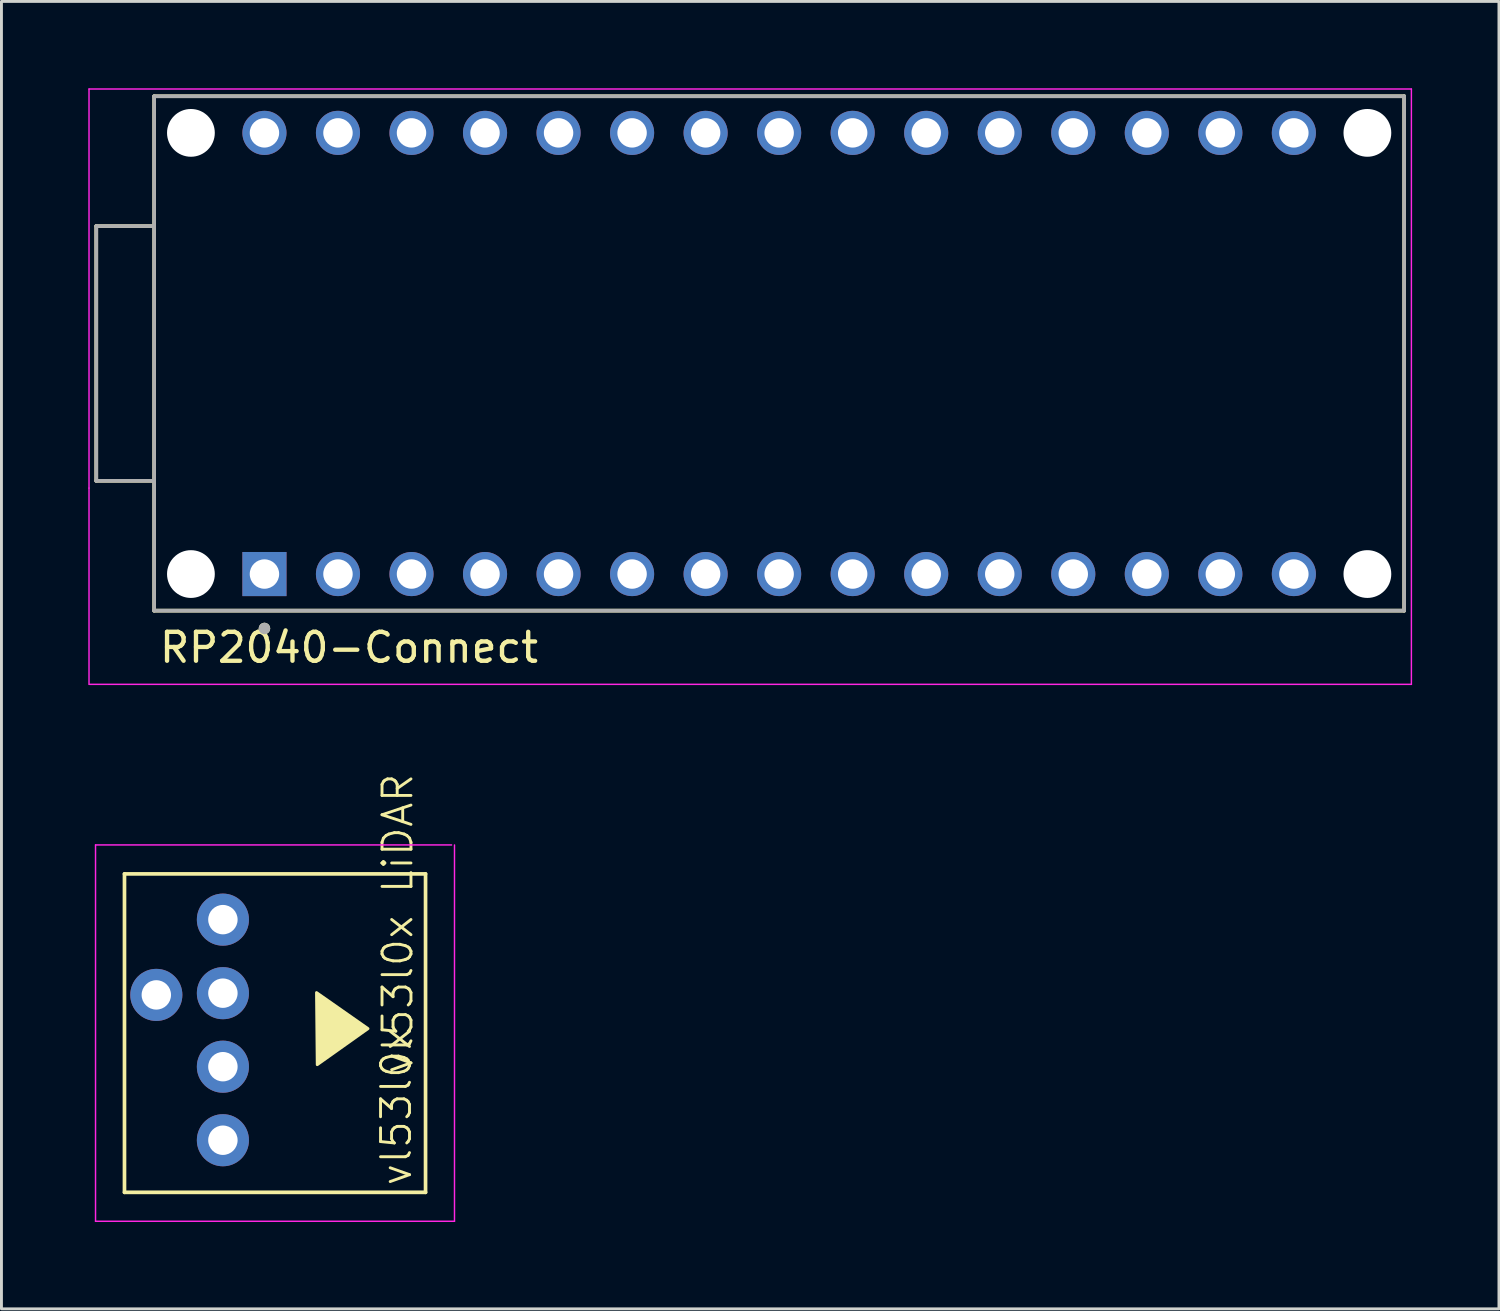
<source format=kicad_pcb>
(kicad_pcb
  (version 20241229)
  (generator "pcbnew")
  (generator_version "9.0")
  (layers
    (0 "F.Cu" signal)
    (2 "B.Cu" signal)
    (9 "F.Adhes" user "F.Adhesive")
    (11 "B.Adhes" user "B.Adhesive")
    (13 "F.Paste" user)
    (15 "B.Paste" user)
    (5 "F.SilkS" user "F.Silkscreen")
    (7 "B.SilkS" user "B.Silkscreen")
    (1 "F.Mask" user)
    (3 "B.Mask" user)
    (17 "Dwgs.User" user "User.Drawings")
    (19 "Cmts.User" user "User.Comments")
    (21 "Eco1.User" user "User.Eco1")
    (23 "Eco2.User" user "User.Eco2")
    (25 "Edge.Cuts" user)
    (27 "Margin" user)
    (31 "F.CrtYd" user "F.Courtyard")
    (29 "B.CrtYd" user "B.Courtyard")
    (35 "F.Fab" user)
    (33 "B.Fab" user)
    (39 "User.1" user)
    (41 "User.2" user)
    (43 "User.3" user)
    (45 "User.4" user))
  (footprint "vl53l0x LiDAR"
    (layer "F.Cu")
    (at 0.25 26.138)
    (property "Reference" "vl53l0x LiDAR" (at 10.439 2.718 90) (unlocked yes) (layer "F.SilkS") (effects (font (size 1 1) (thickness 0.1))))
    (attr through_hole)
    (fp_line (start 1 1) (end 11.4 1) (stroke (width 0.127) (type solid)) (layer "F.SilkS"))
    (fp_line (start 1 12) (end 1 1) (stroke (width 0.127) (type solid)) (layer "F.SilkS"))
    (fp_line (start 11.4 1) (end 11.4 12) (stroke (width 0.127) (type solid)) (layer "F.SilkS"))
    (fp_line (start 11.4 12) (end 1 12) (stroke (width 0.127) (type solid)) (layer "F.SilkS"))
    (fp_poly (pts (xy 7.634 5.1) (xy 7.659 7.59) (xy 9.412 6.345)) (stroke (width 0.1) (type solid)) (fill yes) (layer "F.SilkS"))
    (fp_line (start 0 13) (end 0 0) (stroke (width 0.05) (type solid)) (layer "F.CrtYd"))
    (fp_line (start 0 13) (end 12.4 13) (stroke (width 0.05) (type solid)) (layer "F.CrtYd"))
    (fp_line (start 12.3 0) (end 0 0) (stroke (width 0.05) (type solid)) (layer "F.CrtYd"))
    (fp_line (start 12.4 0) (end 12.4 13) (stroke (width 0.05) (type solid)) (layer "F.CrtYd"))
    (fp_text user "vl53l0x" (at 10.973 11.836 90) (unlocked yes) (layer "F.SilkS") (effects (font (size 1 1) (thickness 0.1)) (justify left bottom)))
    (pad "1" thru_hole circle (at 4.4 10.2) (size 1.8 1.8) (drill 1.016) (layers "*.Cu" "B.Mask"))
    (pad "2" thru_hole circle (at 4.4 7.66) (size 1.8 1.8) (drill 1.016) (layers "*.Cu" "B.Mask"))
    (pad "3" thru_hole circle (at 4.4 5.12) (size 1.8 1.8) (drill 1.016) (layers "*.Cu" "B.Mask"))
    (pad "4" thru_hole circle (at 4.4 2.58) (size 1.8 1.8) (drill 1.016) (layers "*.Cu" "B.Mask"))
    (pad "5" thru_hole circle (at 2.1 5.18) (size 1.8 1.8) (drill 1.016) (layers "*.Cu" "B.Mask")))
  (footprint "RP2040-Connect"
    (layer "F.Cu")
    (at 23.865 9.16)
    (property "Reference" "RP2040-Connect" (at -14.859 10.16 0) (layer "F.SilkS") (effects (font (size 1 1) (thickness 0.15))))
    (attr through_hole)
    (fp_line (start -23.59 -4.4) (end -23.59 4.4) (stroke (width 0.127) (type solid)) (layer "F.SilkS"))
    (fp_line (start -23.59 4.4) (end -21.59 4.4) (stroke (width 0.127) (type solid)) (layer "F.SilkS"))
    (fp_line (start -21.59 -8.885) (end -21.59 -4.4) (stroke (width 0.127) (type solid)) (layer "F.SilkS"))
    (fp_line (start -21.59 -4.4) (end -23.59 -4.4) (stroke (width 0.127) (type solid)) (layer "F.SilkS"))
    (fp_line (start -21.59 -4.4) (end -21.59 4.4) (stroke (width 0.127) (type solid)) (layer "F.SilkS"))
    (fp_line (start -21.59 4.4) (end -21.59 8.885) (stroke (width 0.127) (type solid)) (layer "F.SilkS"))
    (fp_line (start -21.59 8.885) (end 21.59 8.885) (stroke (width 0.127) (type solid)) (layer "F.SilkS"))
    (fp_line (start 21.59 -8.885) (end -21.59 -8.885) (stroke (width 0.127) (type solid)) (layer "F.SilkS"))
    (fp_line (start 21.59 8.885) (end 21.59 -8.885) (stroke (width 0.127) (type solid)) (layer "F.SilkS"))
    (fp_circle (center -17.78 9.5) (end -17.68 9.5) (stroke (width 0.2) (type solid)) (fill no) (layer "F.SilkS"))
    (fp_line (start -23.84 -9.135) (end -23.84 4.65) (stroke (width 0.05) (type solid)) (layer "F.CrtYd"))
    (fp_line (start -23.84 4.65) (end -23.84 11.43) (stroke (width 0.05) (type solid)) (layer "F.CrtYd"))
    (fp_line (start -23.825 11.43) (end 21.84 11.43) (stroke (width 0.05) (type solid)) (layer "F.CrtYd"))
    (fp_line (start 21.84 -9.135) (end -23.84 -9.135) (stroke (width 0.05) (type solid)) (layer "F.CrtYd"))
    (fp_line (start 21.84 11.43) (end 21.84 -9.135) (stroke (width 0.05) (type solid)) (layer "F.CrtYd"))
    (fp_line (start -23.59 -4.4) (end -23.59 4.4) (stroke (width 0.127) (type solid)) (layer "F.Fab"))
    (fp_line (start -23.59 4.4) (end -21.59 4.4) (stroke (width 0.127) (type solid)) (layer "F.Fab"))
    (fp_line (start -21.59 -8.885) (end -21.59 8.885) (stroke (width 0.127) (type solid)) (layer "F.Fab"))
    (fp_line (start -21.59 -4.4) (end -23.59 -4.4) (stroke (width 0.127) (type solid)) (layer "F.Fab"))
    (fp_line (start -21.59 8.885) (end 21.59 8.885) (stroke (width 0.127) (type solid)) (layer "F.Fab"))
    (fp_line (start 21.59 -8.885) (end -21.59 -8.885) (stroke (width 0.127) (type solid)) (layer "F.Fab"))
    (fp_line (start 21.59 8.885) (end 21.59 -8.885) (stroke (width 0.127) (type solid)) (layer "F.Fab"))
    (fp_circle (center -17.78 9.5) (end -17.68 9.5) (stroke (width 0.2) (type solid)) (fill no) (layer "F.Fab"))
    (pad "" np_thru_hole circle (at -20.32 -7.62) (size 1.65 1.65) (drill 1.65) (layers "*.Cu" "*.Mask"))
    (pad "" np_thru_hole circle (at -20.32 7.62) (size 1.65 1.65) (drill 1.65) (layers "*.Cu" "*.Mask"))
    (pad "" np_thru_hole circle (at 20.32 -7.62) (size 1.65 1.65) (drill 1.65) (layers "*.Cu" "*.Mask"))
    (pad "" np_thru_hole circle (at 20.32 7.62) (size 1.65 1.65) (drill 1.65) (layers "*.Cu" "*.Mask"))
    (pad "1" thru_hole rect (at -17.78 7.62) (size 1.524 1.524) (drill 1.016) (layers "*.Cu" "B.Mask"))
    (pad "2" thru_hole circle (at -15.24 7.62) (size 1.524 1.524) (drill 1.016) (layers "*.Cu" "B.Mask"))
    (pad "3" thru_hole circle (at -12.7 7.62) (size 1.524 1.524) (drill 1.016) (layers "*.Cu" "B.Mask"))
    (pad "4" thru_hole circle (at -10.16 7.62) (size 1.524 1.524) (drill 1.016) (layers "*.Cu" "B.Mask"))
    (pad "5" thru_hole circle (at -7.62 7.62) (size 1.524 1.524) (drill 1.016) (layers "*.Cu" "B.Mask"))
    (pad "6" thru_hole circle (at -5.08 7.62) (size 1.524 1.524) (drill 1.016) (layers "*.Cu" "B.Mask"))
    (pad "7" thru_hole circle (at -2.54 7.62) (size 1.524 1.524) (drill 1.016) (layers "*.Cu" "B.Mask"))
    (pad "8" thru_hole circle (at 0 7.62) (size 1.524 1.524) (drill 1.016) (layers "*.Cu" "B.Mask"))
    (pad "9" thru_hole circle (at 2.54 7.62) (size 1.524 1.524) (drill 1.016) (layers "*.Cu" "B.Mask"))
    (pad "10" thru_hole circle (at 5.08 7.62) (size 1.524 1.524) (drill 1.016) (layers "*.Cu" "B.Mask"))
    (pad "11" thru_hole circle (at 7.62 7.62) (size 1.524 1.524) (drill 1.016) (layers "*.Cu" "B.Mask"))
    (pad "12" thru_hole circle (at 10.16 7.62) (size 1.524 1.524) (drill 1.016) (layers "*.Cu" "B.Mask"))
    (pad "13" thru_hole circle (at 12.7 7.62) (size 1.524 1.524) (drill 1.016) (layers "*.Cu" "B.Mask"))
    (pad "14" thru_hole circle (at 15.24 7.62) (size 1.524 1.524) (drill 1.016) (layers "*.Cu" "B.Mask"))
    (pad "15" thru_hole circle (at 17.78 7.62) (size 1.524 1.524) (drill 1.016) (layers "*.Cu" "B.Mask"))
    (pad "16" thru_hole circle (at 17.78 -7.62) (size 1.524 1.524) (drill 1.016) (layers "*.Cu" "B.Mask"))
    (pad "17" thru_hole circle (at 15.24 -7.62) (size 1.524 1.524) (drill 1.016) (layers "*.Cu" "B.Mask"))
    (pad "18" thru_hole circle (at 12.7 -7.62) (size 1.524 1.524) (drill 1.016) (layers "*.Cu" "B.Mask"))
    (pad "19" thru_hole circle (at 10.16 -7.62) (size 1.524 1.524) (drill 1.016) (layers "*.Cu" "B.Mask"))
    (pad "20" thru_hole circle (at 7.62 -7.62) (size 1.524 1.524) (drill 1.016) (layers "*.Cu" "B.Mask"))
    (pad "21" thru_hole circle (at 5.08 -7.62) (size 1.524 1.524) (drill 1.016) (layers "*.Cu" "B.Mask"))
    (pad "22" thru_hole circle (at 2.54 -7.62) (size 1.524 1.524) (drill 1.016) (layers "*.Cu" "B.Mask"))
    (pad "23" thru_hole circle (at 0 -7.62) (size 1.524 1.524) (drill 1.016) (layers "*.Cu" "B.Mask"))
    (pad "24" thru_hole circle (at -2.54 -7.62) (size 1.524 1.524) (drill 1.016) (layers "*.Cu" "B.Mask"))
    (pad "25" thru_hole circle (at -5.08 -7.62) (size 1.524 1.524) (drill 1.016) (layers "*.Cu" "B.Mask"))
    (pad "26" thru_hole circle (at -7.62 -7.62) (size 1.524 1.524) (drill 1.016) (layers "*.Cu" "B.Mask"))
    (pad "27" thru_hole circle (at -10.16 -7.62) (size 1.524 1.524) (drill 1.016) (layers "*.Cu" "B.Mask"))
    (pad "28" thru_hole circle (at -12.7 -7.62) (size 1.524 1.524) (drill 1.016) (layers "*.Cu" "B.Mask"))
    (pad "29" thru_hole circle (at -15.24 -7.62) (size 1.524 1.524) (drill 1.016) (layers "*.Cu" "B.Mask"))
    (pad "30" thru_hole circle (at -17.78 -7.62) (size 1.524 1.524) (drill 1.016) (layers "*.Cu" "B.Mask")))
  (gr_rect
    (start -3 -3)
    (end 48.73 42.163)
    (stroke (width 0.1) (type default))
    (fill no)
    (layer "Edge.Cuts")))
</source>
